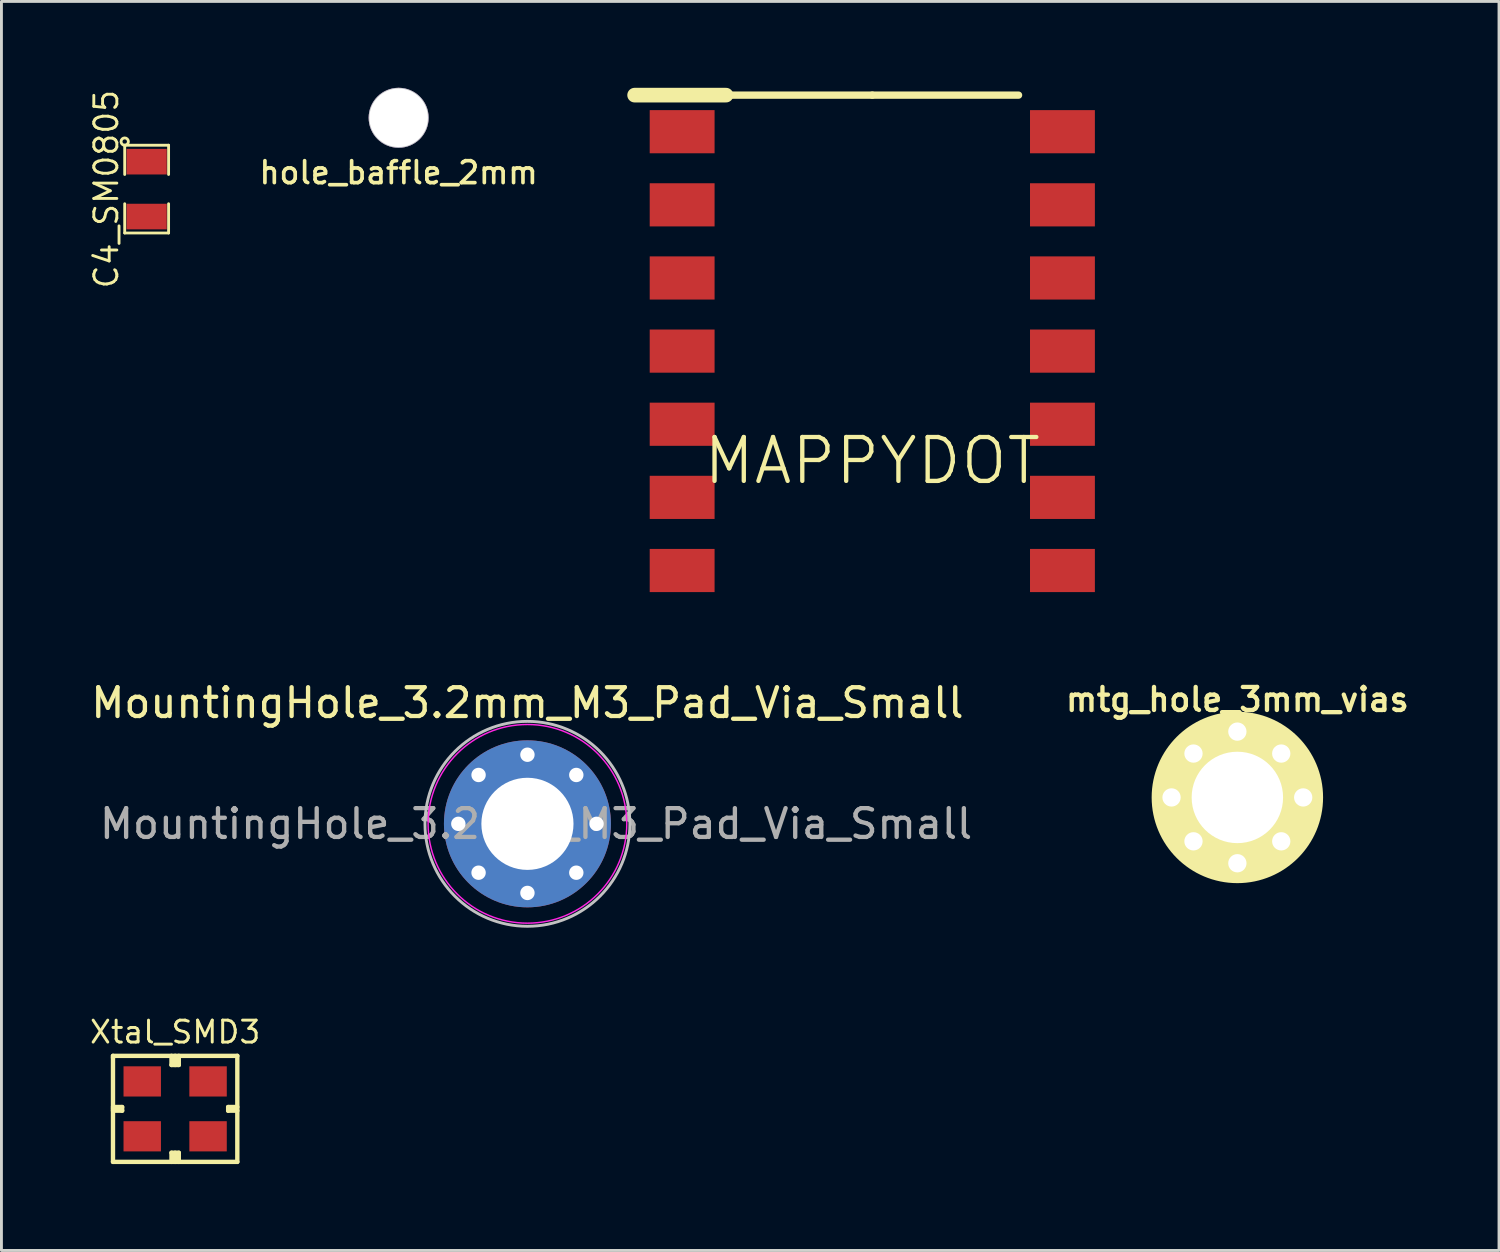
<source format=kicad_pcb>
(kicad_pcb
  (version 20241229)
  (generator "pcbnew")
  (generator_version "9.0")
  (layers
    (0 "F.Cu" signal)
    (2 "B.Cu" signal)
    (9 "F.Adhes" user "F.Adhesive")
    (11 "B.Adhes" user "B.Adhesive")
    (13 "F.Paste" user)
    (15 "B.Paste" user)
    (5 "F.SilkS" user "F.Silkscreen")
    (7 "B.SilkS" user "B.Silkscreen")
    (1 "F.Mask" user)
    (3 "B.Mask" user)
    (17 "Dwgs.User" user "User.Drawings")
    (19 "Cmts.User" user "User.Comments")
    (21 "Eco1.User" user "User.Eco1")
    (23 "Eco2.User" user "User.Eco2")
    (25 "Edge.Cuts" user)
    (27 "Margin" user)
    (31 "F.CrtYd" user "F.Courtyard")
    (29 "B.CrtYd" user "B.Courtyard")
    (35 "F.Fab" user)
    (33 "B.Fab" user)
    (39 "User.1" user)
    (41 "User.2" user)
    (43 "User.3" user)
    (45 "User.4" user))
  (footprint "C4_SM0805"
    (layer "F.Cu")
    (at 2.043 3.518)
    (property "Reference" "C4_SM0805" (at -1.4 0 90) (layer "F.SilkS") (effects (font (size 0.8 0.8) (thickness 0.1))))
    (attr smd)
    (fp_line (start -0.762 -1.524) (end 0.762 -1.524) (stroke (width 0.099) (type solid)) (layer "F.SilkS"))
    (fp_line (start -0.762 -0.508) (end -0.762 -1.524) (stroke (width 0.099) (type solid)) (layer "F.SilkS"))
    (fp_line (start -0.762 1.524) (end -0.762 0.508) (stroke (width 0.099) (type solid)) (layer "F.SilkS"))
    (fp_line (start 0.762 -1.524) (end 0.762 -0.508) (stroke (width 0.099) (type solid)) (layer "F.SilkS"))
    (fp_line (start 0.762 0.508) (end 0.762 1.524) (stroke (width 0.099) (type solid)) (layer "F.SilkS"))
    (fp_line (start 0.762 1.524) (end -0.762 1.524) (stroke (width 0.099) (type solid)) (layer "F.SilkS"))
    (fp_circle (center -0.762 -1.651) (end -0.635 -1.651) (stroke (width 0.099) (type solid)) (fill no) (layer "F.SilkS"))
    (pad "1" smd rect (at 0 -0.953 270) (size 0.889 1.397) (layers "F.Cu" "F.Mask" "F.Paste"))
    (pad "2" smd rect (at 0 0.953 270) (size 0.889 1.397) (layers "F.Cu" "F.Mask" "F.Paste")))
  (footprint "Xtal_SMD3"
    (layer "F.Cu")
    (at 3.033 35.461)
    (property "Reference" "Xtal_SMD3" (at 0 -2.667 0) (layer "F.SilkS") (effects (font (size 0.762 0.762) (thickness 0.102))))
    (attr smd)
    (fp_line (start -2.159 -1.841) (end 2.159 -1.841) (stroke (width 0.152) (type solid)) (layer "F.SilkS"))
    (fp_line (start -2.159 -1.778) (end -2.159 -1.841) (stroke (width 0.152) (type solid)) (layer "F.SilkS"))
    (fp_line (start -2.159 -0.064) (end -1.841 -0.064) (stroke (width 0.152) (type solid)) (layer "F.SilkS"))
    (fp_line (start -2.159 0) (end -2.159 -1.778) (stroke (width 0.152) (type solid)) (layer "F.SilkS"))
    (fp_line (start -2.159 1.841) (end -2.159 0) (stroke (width 0.152) (type solid)) (layer "F.SilkS"))
    (fp_line (start -1.841 -0.064) (end -1.841 0.064) (stroke (width 0.152) (type solid)) (layer "F.SilkS"))
    (fp_line (start -1.841 0.064) (end -2.159 0.064) (stroke (width 0.152) (type solid)) (layer "F.SilkS"))
    (fp_line (start -0.127 -1.524) (end -0.127 -1.841) (stroke (width 0.152) (type solid)) (layer "F.SilkS"))
    (fp_line (start -0.127 1.524) (end 0.127 1.524) (stroke (width 0.152) (type solid)) (layer "F.SilkS"))
    (fp_line (start -0.127 1.841) (end -0.127 1.524) (stroke (width 0.152) (type solid)) (layer "F.SilkS"))
    (fp_line (start 0 -1.524) (end 0 -1.841) (stroke (width 0.152) (type solid)) (layer "F.SilkS"))
    (fp_line (start 0 1.524) (end 0 1.841) (stroke (width 0.152) (type solid)) (layer "F.SilkS"))
    (fp_line (start 0.127 -1.841) (end 0.127 -1.524) (stroke (width 0.152) (type solid)) (layer "F.SilkS"))
    (fp_line (start 0.127 -1.524) (end -0.127 -1.524) (stroke (width 0.152) (type solid)) (layer "F.SilkS"))
    (fp_line (start 0.127 1.524) (end 0.127 1.841) (stroke (width 0.152) (type solid)) (layer "F.SilkS"))
    (fp_line (start 1.841 -0.064) (end 1.841 0.064) (stroke (width 0.152) (type solid)) (layer "F.SilkS"))
    (fp_line (start 1.841 0.064) (end 2.159 0.064) (stroke (width 0.152) (type solid)) (layer "F.SilkS"))
    (fp_line (start 2.159 -1.841) (end 2.159 1.841) (stroke (width 0.152) (type solid)) (layer "F.SilkS"))
    (fp_line (start 2.159 -0.064) (end 1.841 -0.064) (stroke (width 0.152) (type solid)) (layer "F.SilkS"))
    (fp_line (start 2.159 1.841) (end -2.159 1.841) (stroke (width 0.152) (type solid)) (layer "F.SilkS"))
    (pad "1" smd rect (at -1.143 0.953) (size 1.3 1.049) (layers "F.Cu" "F.Mask" "F.Paste"))
    (pad "2" smd rect (at 1.143 -0.953) (size 1.3 1.049) (layers "F.Cu" "F.Mask" "F.Paste"))
    (pad "3" smd rect (at -1.143 -0.953) (size 1.3 1.049) (layers "F.Cu" "F.Mask" "F.Paste"))
    (pad "3" smd rect (at 1.143 0.953) (size 1.3 1.049) (layers "F.Cu" "F.Mask" "F.Paste")))
  (footprint "MountingHole_3.2mm_M3_Pad_Via_Small"
    (layer "F.Cu")
    (at 15.268 25.562)
    (property "Reference" "MountingHole_3.2mm_M3_Pad_Via_Small" (at 0 -4.2 0) (layer "F.SilkS") (effects (font (size 1 1) (thickness 0.15))))
    (attr exclude_from_pos_files exclude_from_bom)
    (fp_circle (center 0 0) (end 3.556 0.127) (stroke (width 0.1) (type solid)) (fill no) (layer "Dwgs.User"))
    (fp_circle (center 0 0) (end 3.45 0) (stroke (width 0.05) (type solid)) (fill no) (layer "F.CrtYd"))
    (fp_text user "${REFERENCE}" (at 0.3 0 0) (layer "F.Fab") (effects (font (size 1 1) (thickness 0.15))))
    (pad "" thru_hole circle (at -2.4 0) (size 0.8 0.8) (drill 0.5) (layers "*.Cu" "*.Mask"))
    (pad "" thru_hole circle (at -1.697 -1.697) (size 0.8 0.8) (drill 0.5) (layers "*.Cu" "*.Mask"))
    (pad "" thru_hole circle (at -1.697 1.697) (size 0.8 0.8) (drill 0.5) (layers "*.Cu" "*.Mask"))
    (pad "" thru_hole circle (at 0 -2.4) (size 0.8 0.8) (drill 0.5) (layers "*.Cu" "*.Mask"))
    (pad "" thru_hole circle (at 0 2.4) (size 0.8 0.8) (drill 0.5) (layers "*.Cu" "*.Mask"))
    (pad "" thru_hole circle (at 1.697 -1.697) (size 0.8 0.8) (drill 0.5) (layers "*.Cu" "*.Mask"))
    (pad "" thru_hole circle (at 1.697 1.697) (size 0.8 0.8) (drill 0.5) (layers "*.Cu" "*.Mask"))
    (pad "" thru_hole circle (at 2.4 0) (size 0.8 0.8) (drill 0.5) (layers "*.Cu" "*.Mask"))
    (pad "1" thru_hole circle (at 0 0) (size 5.8 5.8) (drill 3.2) (layers "*.Cu" "*.Mask")))
  (footprint "MAPPYDOT"
    (layer "F.Cu")
    (at 27.245 9.144)
    (property "Reference" "MAPPYDOT" (at 0 3.81 0) (layer "F.SilkS") (effects (font (size 1.524 1.524) (thickness 0.15))))
    (attr smd)
    (fp_line (start -5.08 -8.89) (end -8.255 -8.89) (stroke (width 0.508) (type solid)) (layer "F.SilkS"))
    (fp_line (start 0 -8.89) (end -5.08 -8.89) (stroke (width 0.254) (type solid)) (layer "F.SilkS"))
    (fp_line (start 5.08 -8.89) (end 0 -8.89) (stroke (width 0.254) (type solid)) (layer "F.SilkS"))
    (pad "1" smd rect (at -6.604 -7.62) (size 2.253 1.499) (layers "F.Cu" "F.Mask" "F.Paste"))
    (pad "2" smd rect (at -6.604 -5.08) (size 2.253 1.499) (layers "F.Cu" "F.Mask" "F.Paste"))
    (pad "3" smd rect (at -6.604 -2.54) (size 2.253 1.499) (layers "F.Cu" "F.Mask" "F.Paste"))
    (pad "4" smd rect (at -6.604 0) (size 2.253 1.499) (layers "F.Cu" "F.Mask" "F.Paste"))
    (pad "5" smd rect (at -6.604 2.54) (size 2.253 1.499) (layers "F.Cu" "F.Mask" "F.Paste"))
    (pad "6" smd rect (at -6.604 5.08) (size 2.253 1.499) (layers "F.Cu" "F.Mask" "F.Paste"))
    (pad "7" smd rect (at -6.604 7.62) (size 2.253 1.499) (layers "F.Cu" "F.Mask" "F.Paste"))
    (pad "8" smd rect (at 6.604 7.62) (size 2.253 1.499) (layers "F.Cu" "F.Mask" "F.Paste"))
    (pad "9" smd rect (at 6.604 5.08) (size 2.253 1.499) (layers "F.Cu" "F.Mask" "F.Paste"))
    (pad "10" smd rect (at 6.604 2.54) (size 2.253 1.499) (layers "F.Cu" "F.Mask" "F.Paste"))
    (pad "11" smd rect (at 6.604 0) (size 2.253 1.499) (layers "F.Cu" "F.Mask" "F.Paste"))
    (pad "12" smd rect (at 6.604 -2.54) (size 2.253 1.499) (layers "F.Cu" "F.Mask" "F.Paste"))
    (pad "13" smd rect (at 6.604 -5.08) (size 2.253 1.499) (layers "F.Cu" "F.Mask" "F.Paste"))
    (pad "14" smd rect (at 6.604 -7.62) (size 2.253 1.499) (layers "F.Cu" "F.Mask" "F.Paste")))
  (footprint "hole_baffle_2mm"
    (layer "F.Cu")
    (at 10.795 1.041)
    (property "Reference" "hole_baffle_2mm" (at 0 1.905 0) (layer "F.SilkS") (effects (font (size 0.762 0.762) (thickness 0.127))))
    (attr through_hole)
    (pad "" np_thru_hole circle (at 0 0) (size 2.083 2.083) (drill 2.032) (layers "*.Cu" "*.Mask" "Dwgs.User")))
  (footprint "mtg_hole_3mm_vias"
    (layer "F.Cu")
    (at 39.924 24.645)
    (property "Reference" "mtg_hole_3mm_vias" (at 0 -3.4 0) (layer "F.SilkS") (effects (font (size 0.8 0.8) (thickness 0.15))))
    (attr through_hole)
    (fp_circle (center 0 0) (end 2.9 0.1) (stroke (width 0.15) (type solid)) (fill no) (layer "F.SilkS"))
    (pad "1" thru_hole circle (at -2.286 0) (size 0.889 0.889) (drill 0.635) (layers "*.Cu" "*.Mask" "F.SilkS"))
    (pad "1" thru_hole circle (at -1.524 -1.524) (size 0.889 0.889) (drill 0.635) (layers "*.Cu" "*.Mask" "F.SilkS"))
    (pad "1" thru_hole circle (at -1.524 1.524) (size 0.889 0.889) (drill 0.635) (layers "*.Cu" "*.Mask" "F.SilkS"))
    (pad "1" thru_hole circle (at 0 -2.286) (size 0.889 0.889) (drill 0.635) (layers "*.Cu" "*.Mask" "F.SilkS"))
    (pad "1" thru_hole circle (at 0 0) (size 5.842 5.842) (drill 3.175) (layers "*.Cu" "*.Mask" "F.SilkS"))
    (pad "1" thru_hole circle (at 0 2.286) (size 0.889 0.889) (drill 0.635) (layers "*.Cu" "*.Mask" "F.SilkS"))
    (pad "1" thru_hole circle (at 1.524 -1.524) (size 0.889 0.889) (drill 0.635) (layers "*.Cu" "*.Mask" "F.SilkS"))
    (pad "1" thru_hole circle (at 1.524 1.524) (size 0.889 0.889) (drill 0.635) (layers "*.Cu" "*.Mask" "F.SilkS"))
    (pad "1" thru_hole circle (at 2.286 0) (size 0.889 0.889) (drill 0.635) (layers "*.Cu" "*.Mask" "F.SilkS")))
  (gr_rect
    (start -3 -3)
    (end 49.011 40.379)
    (stroke (width 0.1) (type default))
    (fill no)
    (layer "Edge.Cuts")))
</source>
